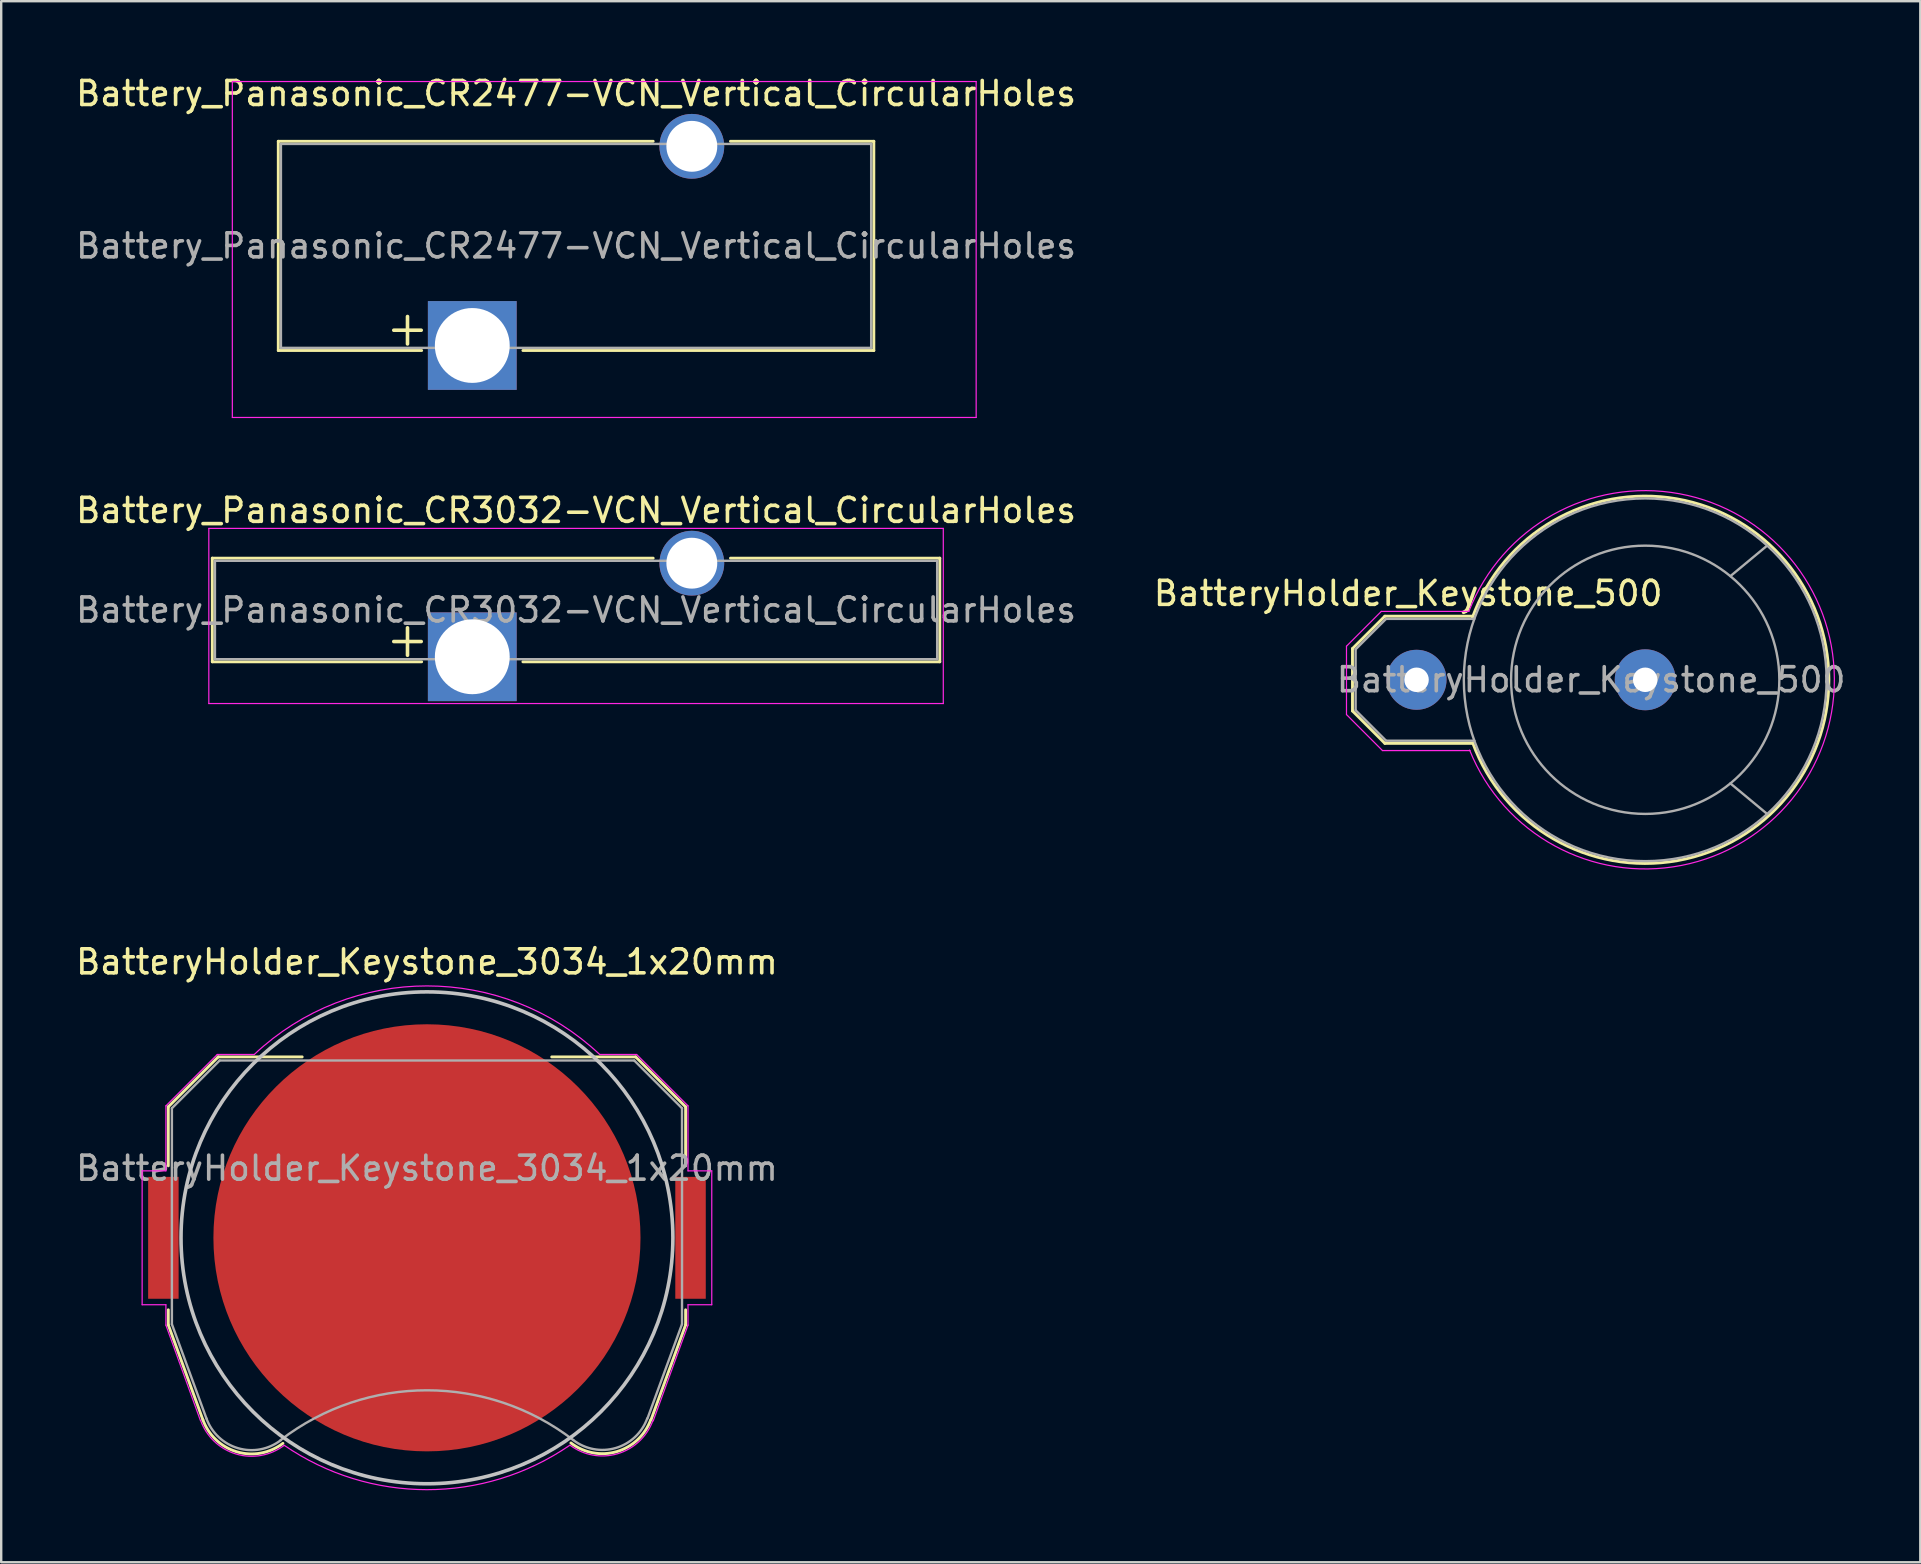
<source format=kicad_pcb>
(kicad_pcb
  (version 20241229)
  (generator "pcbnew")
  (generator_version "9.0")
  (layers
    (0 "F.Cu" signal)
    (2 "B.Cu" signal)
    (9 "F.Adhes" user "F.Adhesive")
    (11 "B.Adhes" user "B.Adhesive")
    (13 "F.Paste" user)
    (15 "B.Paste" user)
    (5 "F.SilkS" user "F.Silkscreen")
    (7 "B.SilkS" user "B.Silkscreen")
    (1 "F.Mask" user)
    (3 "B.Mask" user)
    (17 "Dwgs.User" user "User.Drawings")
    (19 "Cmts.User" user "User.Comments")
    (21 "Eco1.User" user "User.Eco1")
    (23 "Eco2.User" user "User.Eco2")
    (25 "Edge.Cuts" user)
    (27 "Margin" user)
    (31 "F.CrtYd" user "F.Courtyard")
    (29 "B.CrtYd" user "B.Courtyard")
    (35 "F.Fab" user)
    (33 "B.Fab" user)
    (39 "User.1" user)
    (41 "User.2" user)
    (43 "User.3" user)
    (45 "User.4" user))
  (footprint "Battery_Panasonic_CR3032-VCN_Vertical_CircularHoles"
    (layer "F.Cu")
    (at 16.633 24.322)
    (property "Reference" "Battery_Panasonic_CR3032-VCN_Vertical_CircularHoles" (at 4.325 -6.1 0) (layer "F.SilkS") (effects (font (size 1 1) (thickness 0.15))))
    (attr through_hole)
    (fp_line (start -10.835 -4.11) (end -10.835 0.21) (stroke (width 0.12) (type solid)) (layer "F.SilkS"))
    (fp_line (start -10.835 -4.11) (end 7.54 -4.11) (stroke (width 0.12) (type solid)) (layer "F.SilkS"))
    (fp_line (start -10.835 0.21) (end -2.11 0.21) (stroke (width 0.12) (type solid)) (layer "F.SilkS"))
    (fp_line (start 2.11 0.21) (end 19.485 0.21) (stroke (width 0.12) (type solid)) (layer "F.SilkS"))
    (fp_line (start 10.76 -4.11) (end 19.485 -4.11) (stroke (width 0.12) (type solid)) (layer "F.SilkS"))
    (fp_line (start 19.485 -4.11) (end 19.485 0.21) (stroke (width 0.12) (type solid)) (layer "F.SilkS"))
    (fp_line (start -10.98 -5.35) (end -10.98 1.95) (stroke (width 0.05) (type solid)) (layer "F.CrtYd"))
    (fp_line (start -10.98 -5.35) (end 19.63 -5.35) (stroke (width 0.05) (type solid)) (layer "F.CrtYd"))
    (fp_line (start -10.98 1.95) (end 19.63 1.95) (stroke (width 0.05) (type solid)) (layer "F.CrtYd"))
    (fp_line (start 19.63 -5.35) (end 19.63 1.95) (stroke (width 0.05) (type solid)) (layer "F.CrtYd"))
    (fp_line (start -10.725 -4) (end -10.725 0.1) (stroke (width 0.1) (type solid)) (layer "F.Fab"))
    (fp_line (start -10.725 -4) (end 19.375 -4) (stroke (width 0.1) (type solid)) (layer "F.Fab"))
    (fp_line (start -10.725 0.1) (end 19.375 0.1) (stroke (width 0.1) (type solid)) (layer "F.Fab"))
    (fp_line (start 19.375 -4) (end 19.375 0.1) (stroke (width 0.1) (type solid)) (layer "F.Fab"))
    (fp_text user "+" (at -2.7 -0.75 0) (layer "F.SilkS") (effects (font (size 1.5 1.5) (thickness 0.15))))
    (fp_text user "${REFERENCE}" (at 4.325 -1.95 180) (layer "F.Fab") (effects (font (size 1 1) (thickness 0.15))))
    (pad "1" thru_hole rect (at 0 0) (size 3.7 3.7) (drill 3.12) (layers "*.Cu" "*.Mask"))
    (pad "2" thru_hole circle (at 9.15 -3.9) (size 2.7 2.7) (drill 2.12) (layers "*.Cu" "*.Mask")))
  (footprint "Battery_Panasonic_CR2477-VCN_Vertical_CircularHoles"
    (layer "F.Cu")
    (at 16.633 11.348)
    (property "Reference" "Battery_Panasonic_CR2477-VCN_Vertical_CircularHoles" (at 4.325 -10.5 0) (layer "F.SilkS") (effects (font (size 1 1) (thickness 0.15))))
    (attr through_hole)
    (fp_line (start -8.085 -8.51) (end -8.085 0.21) (stroke (width 0.12) (type solid)) (layer "F.SilkS"))
    (fp_line (start -8.085 -8.51) (end 7.54 -8.51) (stroke (width 0.12) (type solid)) (layer "F.SilkS"))
    (fp_line (start -8.085 0.21) (end -2.11 0.21) (stroke (width 0.12) (type solid)) (layer "F.SilkS"))
    (fp_line (start 2.11 0.21) (end 16.735 0.21) (stroke (width 0.12) (type solid)) (layer "F.SilkS"))
    (fp_line (start 10.76 -8.51) (end 16.735 -8.51) (stroke (width 0.12) (type solid)) (layer "F.SilkS"))
    (fp_line (start 16.735 -8.51) (end 16.735 0.21) (stroke (width 0.12) (type solid)) (layer "F.SilkS"))
    (fp_line (start -10 -11) (end 21 -11) (stroke (width 0.05) (type solid)) (layer "F.CrtYd"))
    (fp_line (start -10 3) (end -10 -11) (stroke (width 0.05) (type solid)) (layer "F.CrtYd"))
    (fp_line (start 21 -11) (end 21 3) (stroke (width 0.05) (type solid)) (layer "F.CrtYd"))
    (fp_line (start 21 3) (end -10 3) (stroke (width 0.05) (type solid)) (layer "F.CrtYd"))
    (fp_line (start -7.975 -8.4) (end -7.975 0.1) (stroke (width 0.1) (type solid)) (layer "F.Fab"))
    (fp_line (start -7.975 -8.4) (end 16.625 -8.4) (stroke (width 0.1) (type solid)) (layer "F.Fab"))
    (fp_line (start -7.975 0.1) (end 16.625 0.1) (stroke (width 0.1) (type solid)) (layer "F.Fab"))
    (fp_line (start 16.625 -8.4) (end 16.625 0.1) (stroke (width 0.1) (type solid)) (layer "F.Fab"))
    (fp_text user "+" (at -2.7 -0.75 0) (layer "F.SilkS") (effects (font (size 1.5 1.5) (thickness 0.15))))
    (fp_text user "${REFERENCE}" (at 4.325 -4.15 180) (layer "F.Fab") (effects (font (size 1 1) (thickness 0.15))))
    (pad "1" thru_hole rect (at 0 0) (size 3.7 3.7) (drill 3.12) (layers "*.Cu" "*.Mask"))
    (pad "2" thru_hole circle (at 9.15 -8.3) (size 2.7 2.7) (drill 2.12) (layers "*.Cu" "*.Mask")))
  (footprint "BatteryHolder_Keystone_3034_1x20mm"
    (layer "F.Cu")
    (at 14.744 48.538)
    (property "Reference" "BatteryHolder_Keystone_3034_1x20mm" (at 0 -11.5 0) (layer "F.SilkS") (effects (font (size 1 1) (thickness 0.15))))
    (attr smd)
    (fp_line (start -10.78 -5.46) (end -10.78 -3) (stroke (width 0.12) (type solid)) (layer "F.SilkS"))
    (fp_line (start -10.78 3) (end -10.78 3.63) (stroke (width 0.12) (type solid)) (layer "F.SilkS"))
    (fp_line (start -10.78 3.63) (end -9.34 7.58) (stroke (width 0.12) (type solid)) (layer "F.SilkS"))
    (fp_line (start -8.7 -7.54) (end -10.78 -5.46) (stroke (width 0.12) (type solid)) (layer "F.SilkS"))
    (fp_line (start -5.2 -7.54) (end -8.7 -7.54) (stroke (width 0.12) (type solid)) (layer "F.SilkS"))
    (fp_line (start 8.7 -7.54) (end 5.2 -7.54) (stroke (width 0.12) (type solid)) (layer "F.SilkS"))
    (fp_line (start 8.7 -7.54) (end 10.78 -5.46) (stroke (width 0.12) (type solid)) (layer "F.SilkS"))
    (fp_line (start 10.78 -5.46) (end 10.78 -3) (stroke (width 0.12) (type solid)) (layer "F.SilkS"))
    (fp_line (start 10.78 3) (end 10.78 3.63) (stroke (width 0.12) (type solid)) (layer "F.SilkS"))
    (fp_line (start 10.78 3.63) (end 9.34 7.58) (stroke (width 0.12) (type solid)) (layer "F.SilkS"))
    (fp_arc (start -6.003354 8.56653) (mid -7.921654 8.918738) (end -9.34 7.58) (stroke (width 0.12) (type solid)) (layer "F.SilkS"))
    (fp_arc (start 9.325243 7.588169) (mid 7.90634 8.911668) (end 6 8.55) (stroke (width 0.12) (type solid)) (layer "F.SilkS"))
    (fp_circle (center 0 0) (end 0 10.25) (stroke (width 0.15) (type solid)) (fill no) (layer "Dwgs.User"))
    (fp_line (start -11.87 -2.79) (end -11.87 2.79) (stroke (width 0.05) (type solid)) (layer "F.CrtYd"))
    (fp_line (start -11.87 2.79) (end -10.88 2.79) (stroke (width 0.05) (type solid)) (layer "F.CrtYd"))
    (fp_line (start -10.88 -5.5) (end -10.88 -2.79) (stroke (width 0.05) (type solid)) (layer "F.CrtYd"))
    (fp_line (start -10.88 -2.79) (end -11.87 -2.79) (stroke (width 0.05) (type solid)) (layer "F.CrtYd"))
    (fp_line (start -10.88 2.79) (end -10.88 3.64) (stroke (width 0.05) (type solid)) (layer "F.CrtYd"))
    (fp_line (start -10.88 3.64) (end -9.44 7.62) (stroke (width 0.05) (type solid)) (layer "F.CrtYd"))
    (fp_line (start -8.74 -7.64) (end -10.88 -5.5) (stroke (width 0.05) (type solid)) (layer "F.CrtYd"))
    (fp_line (start -7.2 -7.64) (end -8.74 -7.64) (stroke (width 0.05) (type solid)) (layer "F.CrtYd"))
    (fp_line (start 8.74 -7.64) (end 7.2 -7.64) (stroke (width 0.05) (type solid)) (layer "F.CrtYd"))
    (fp_line (start 9.43 7.63) (end 10.88 3.64) (stroke (width 0.05) (type solid)) (layer "F.CrtYd"))
    (fp_line (start 10.88 -5.5) (end 8.74 -7.64) (stroke (width 0.05) (type solid)) (layer "F.CrtYd"))
    (fp_line (start 10.88 -2.79) (end 10.88 -5.5) (stroke (width 0.05) (type solid)) (layer "F.CrtYd"))
    (fp_line (start 10.88 2.79) (end 11.87 2.79) (stroke (width 0.05) (type solid)) (layer "F.CrtYd"))
    (fp_line (start 10.88 3.64) (end 10.88 2.79) (stroke (width 0.05) (type solid)) (layer "F.CrtYd"))
    (fp_line (start 11.87 -2.79) (end 10.88 -2.79) (stroke (width 0.05) (type solid)) (layer "F.CrtYd"))
    (fp_line (start 11.87 2.79) (end 11.87 -2.79) (stroke (width 0.05) (type solid)) (layer "F.CrtYd"))
    (fp_arc (start -7.199546 -7.640427) (mid 0.000312 -10.498075) (end 7.2 -7.64) (stroke (width 0.05) (type solid)) (layer "F.CrtYd"))
    (fp_arc (start -5.956965 8.654604) (mid -7.953941 9.011629) (end -9.43 7.62) (stroke (width 0.05) (type solid)) (layer "F.CrtYd"))
    (fp_arc (start 5.945368 8.650075) (mid -0.008883 10.496243) (end -5.96 8.64) (stroke (width 0.05) (type solid)) (layer "F.CrtYd"))
    (fp_arc (start 9.415144 7.621341) (mid 7.944017 9.000493) (end 5.96 8.64) (stroke (width 0.05) (type solid)) (layer "F.CrtYd"))
    (fp_line (start -10.63 -5.4) (end -8.64 -7.39) (stroke (width 0.1) (type solid)) (layer "F.Fab"))
    (fp_line (start -10.63 3.6) (end -10.63 -5.4) (stroke (width 0.1) (type solid)) (layer "F.Fab"))
    (fp_line (start -9.19 7.53) (end -10.63 3.6) (stroke (width 0.1) (type solid)) (layer "F.Fab"))
    (fp_line (start -8.64 -7.39) (end 8.64 -7.39) (stroke (width 0.1) (type solid)) (layer "F.Fab"))
    (fp_line (start 8.64 -7.39) (end 10.63 -5.4) (stroke (width 0.1) (type solid)) (layer "F.Fab"))
    (fp_line (start 10.63 -5.4) (end 10.63 3.6) (stroke (width 0.1) (type solid)) (layer "F.Fab"))
    (fp_line (start 10.63 3.6) (end 9.19 7.53) (stroke (width 0.1) (type solid)) (layer "F.Fab"))
    (fp_arc (start -6.096146 8.438508) (mid -7.87328 8.768206) (end -9.19 7.53) (stroke (width 0.1) (type solid)) (layer "F.Fab"))
    (fp_arc (start -6.094852 8.426043) (mid 0.003247 6.355257) (end 6.1 8.43) (stroke (width 0.1) (type solid)) (layer "F.Fab"))
    (fp_arc (start 9.180727 7.528882) (mid 7.868698 8.760067) (end 6.1 8.43) (stroke (width 0.1) (type solid)) (layer "F.Fab"))
    (fp_text user "${REFERENCE}" (at 0 -2.9 0) (layer "F.Fab") (effects (font (size 1 1) (thickness 0.15))))
    (pad "1" smd rect (at -10.985 0) (size 1.27 5.08) (layers "F.Cu" "F.Mask" "F.Paste"))
    (pad "1" smd rect (at 10.985 0) (size 1.27 5.08) (layers "F.Cu" "F.Mask" "F.Paste"))
    (pad "2" smd circle (at 0 0) (size 17.8 17.8) (layers "F.Cu" "F.Mask")))
  (footprint "BatteryHolder_Keystone_500"
    (layer "F.Cu")
    (at 55.987 25.281)
    (property "Reference" "BatteryHolder_Keystone_500" (at -0.35 -3.6 0) (layer "F.SilkS") (effects (font (size 1 1) (thickness 0.15))))
    (attr through_hole)
    (fp_line (start -2.67 -1.3) (end -1.32 -2.65) (stroke (width 0.12) (type solid)) (layer "F.SilkS"))
    (fp_line (start -2.67 1.3) (end -2.67 -1.3) (stroke (width 0.12) (type solid)) (layer "F.SilkS"))
    (fp_line (start -1.32 -2.65) (end 2.33 -2.65) (stroke (width 0.12) (type solid)) (layer "F.SilkS"))
    (fp_line (start -1.32 2.65) (end -2.67 1.3) (stroke (width 0.12) (type solid)) (layer "F.SilkS"))
    (fp_line (start 2.33 2.65) (end -1.32 2.65) (stroke (width 0.12) (type solid)) (layer "F.SilkS"))
    (fp_arc (start 2.33 -2.6) (mid 17.185039 -0.019344) (end 2.343232 2.636355) (stroke (width 0.12) (type solid)) (layer "F.SilkS"))
    (fp_line (start -2.92 -1.4) (end -1.47 -2.85) (stroke (width 0.05) (type solid)) (layer "F.CrtYd"))
    (fp_line (start -2.92 1.45) (end -2.92 -1.4) (stroke (width 0.05) (type solid)) (layer "F.CrtYd"))
    (fp_line (start -1.47 -2.85) (end 2.18 -2.85) (stroke (width 0.05) (type solid)) (layer "F.CrtYd"))
    (fp_line (start -1.42 2.95) (end -2.92 1.45) (stroke (width 0.05) (type solid)) (layer "F.CrtYd"))
    (fp_line (start 2.23 2.95) (end -1.42 2.95) (stroke (width 0.05) (type solid)) (layer "F.CrtYd"))
    (fp_arc (start 2.18 -2.85) (mid 17.413098 -0.042094) (end 2.210855 2.92833) (stroke (width 0.05) (type solid)) (layer "F.CrtYd"))
    (fp_line (start -2.54 -1.27) (end -1.27 -2.54) (stroke (width 0.1) (type solid)) (layer "F.Fab"))
    (fp_line (start -2.54 1.27) (end -2.54 -1.27) (stroke (width 0.1) (type solid)) (layer "F.Fab"))
    (fp_line (start -1.27 -2.54) (end 2.41 -2.54) (stroke (width 0.1) (type solid)) (layer "F.Fab"))
    (fp_line (start -1.27 2.54) (end -2.54 1.27) (stroke (width 0.1) (type solid)) (layer "F.Fab"))
    (fp_line (start -1.27 2.54) (end 2.41 2.54) (stroke (width 0.1) (type solid)) (layer "F.Fab"))
    (fp_line (start 13.08 -4.32) (end 14.61 -5.59) (stroke (width 0.1) (type solid)) (layer "F.Fab"))
    (fp_line (start 13.08 4.32) (end 14.61 5.59) (stroke (width 0.1) (type solid)) (layer "F.Fab"))
    (fp_circle (center 9.53 0) (end 2.41 2.54) (stroke (width 0.1) (type solid)) (fill no) (layer "F.Fab"))
    (fp_circle (center 9.53 0) (end 3.94 0) (stroke (width 0.1) (type solid)) (fill no) (layer "F.Fab"))
    (fp_text user "${REFERENCE}" (at 7.275 0 0) (layer "F.Fab") (effects (font (size 1 1) (thickness 0.15))))
    (pad "1" thru_hole circle (at 0 0) (size 2.5 2.5) (drill 1.02) (layers "*.Cu" "*.Mask"))
    (pad "2" thru_hole circle (at 9.53 0) (size 2.54 2.54) (drill 1.02) (layers "*.Cu" "*.Mask")))
  (gr_rect
    (start -3 -3)
    (end 76.982 62.059)
    (stroke (width 0.1) (type default))
    (fill no)
    (layer "Edge.Cuts")))
</source>
